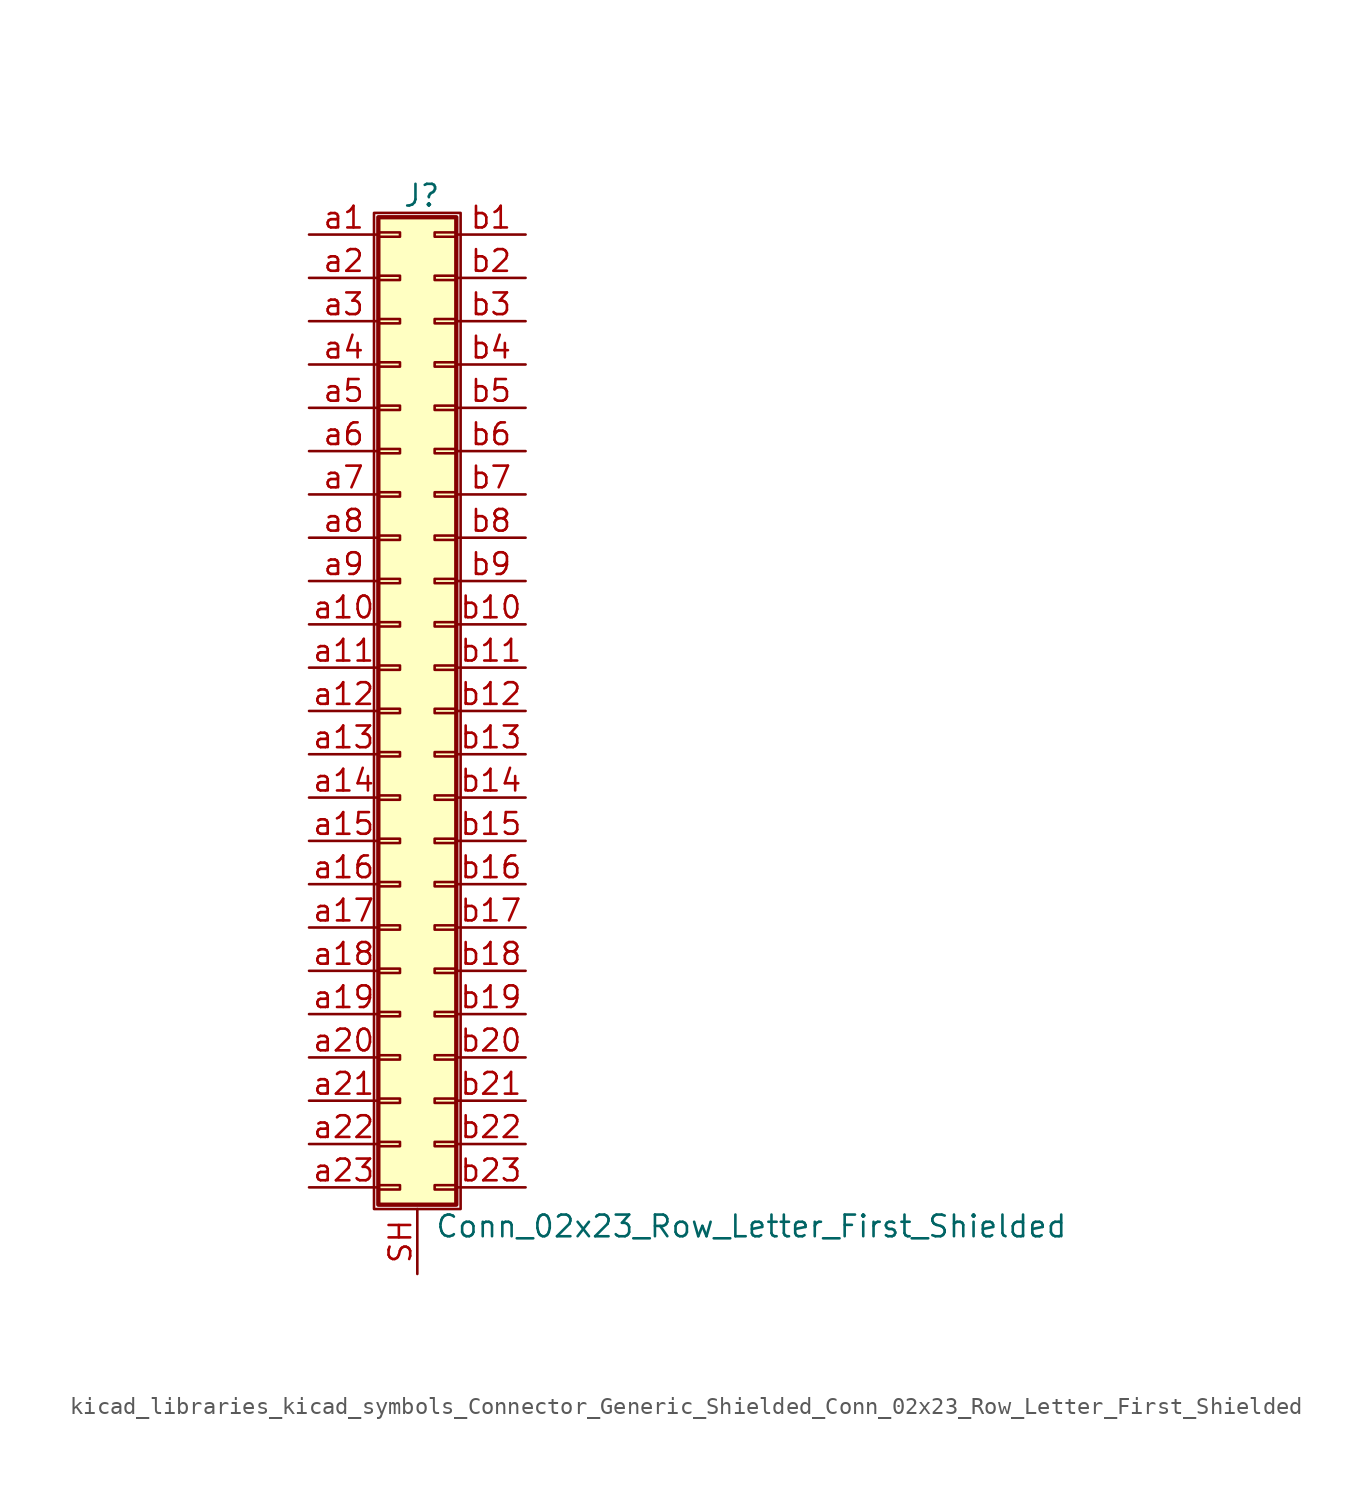
<source format=kicad_sym>
(kicad_symbol_lib
  (version 20220914)
  (generator kicad_symbol_editor)
  (symbol "kicad_libraries_kicad_symbols_Connector_Generic_Shielded_Conn_02x23_Row_Letter_First_Shielded"
    (pin_names
      (offset 1.016) hide)
    (property "Reference" "J"
      (at 1.524 30.226 0)
      (effects (font (size 1.27 1.27))))
    (property "Value" "Conn_02x23_Row_Letter_First_Shielded"
      (at 2.286 -30.226 0)
      (effects (font (size 1.27 1.27)) (justify left)))
    (symbol "kicad_libraries_kicad_symbols_Connector_Generic_Shielded_Conn_02x23_Row_Letter_First_Shielded_1_1"
      (rectangle (start -1.27 29.21) (end 3.81 -29.21) (stroke (width 0.152) (type default)) (fill (type none)))
      (rectangle (start -1.016 -27.813) (end 0.254 -28.067) (stroke (width 0.152) (type default)) (fill (type none)))
      (rectangle (start -1.016 -25.273) (end 0.254 -25.527) (stroke (width 0.152) (type default)) (fill (type none)))
      (rectangle (start -1.016 -22.733) (end 0.254 -22.987) (stroke (width 0.152) (type default)) (fill (type none)))
      (rectangle (start -1.016 -20.193) (end 0.254 -20.447) (stroke (width 0.152) (type default)) (fill (type none)))
      (rectangle (start -1.016 -17.653) (end 0.254 -17.907) (stroke (width 0.152) (type default)) (fill (type none)))
      (rectangle (start -1.016 -15.113) (end 0.254 -15.367) (stroke (width 0.152) (type default)) (fill (type none)))
      (rectangle (start -1.016 -12.573) (end 0.254 -12.827) (stroke (width 0.152) (type default)) (fill (type none)))
      (rectangle (start -1.016 -10.033) (end 0.254 -10.287) (stroke (width 0.152) (type default)) (fill (type none)))
      (rectangle (start -1.016 -7.493) (end 0.254 -7.747) (stroke (width 0.152) (type default)) (fill (type none)))
      (rectangle (start -1.016 -4.953) (end 0.254 -5.207) (stroke (width 0.152) (type default)) (fill (type none)))
      (rectangle (start -1.016 -2.413) (end 0.254 -2.667) (stroke (width 0.152) (type default)) (fill (type none)))
      (rectangle (start -1.016 0.127) (end 0.254 -0.127) (stroke (width 0.152) (type default)) (fill (type none)))
      (rectangle (start -1.016 2.667) (end 0.254 2.413) (stroke (width 0.152) (type default)) (fill (type none)))
      (rectangle (start -1.016 5.207) (end 0.254 4.953) (stroke (width 0.152) (type default)) (fill (type none)))
      (rectangle (start -1.016 7.747) (end 0.254 7.493) (stroke (width 0.152) (type default)) (fill (type none)))
      (rectangle (start -1.016 10.287) (end 0.254 10.033) (stroke (width 0.152) (type default)) (fill (type none)))
      (rectangle (start -1.016 12.827) (end 0.254 12.573) (stroke (width 0.152) (type default)) (fill (type none)))
      (rectangle (start -1.016 15.367) (end 0.254 15.113) (stroke (width 0.152) (type default)) (fill (type none)))
      (rectangle (start -1.016 17.907) (end 0.254 17.653) (stroke (width 0.152) (type default)) (fill (type none)))
      (rectangle (start -1.016 20.447) (end 0.254 20.193) (stroke (width 0.152) (type default)) (fill (type none)))
      (rectangle (start -1.016 22.987) (end 0.254 22.733) (stroke (width 0.152) (type default)) (fill (type none)))
      (rectangle (start -1.016 25.527) (end 0.254 25.273) (stroke (width 0.152) (type default)) (fill (type none)))
      (rectangle (start -1.016 28.067) (end 0.254 27.813) (stroke (width 0.152) (type default)) (fill (type none)))
      (rectangle (start -1.016 28.956) (end 3.556 -28.956) (stroke (width 0.254) (type default)) (fill (type background)))
      (rectangle (start 3.556 -27.813) (end 2.286 -28.067) (stroke (width 0.152) (type default)) (fill (type none)))
      (rectangle (start 3.556 -25.273) (end 2.286 -25.527) (stroke (width 0.152) (type default)) (fill (type none)))
      (rectangle (start 3.556 -22.733) (end 2.286 -22.987) (stroke (width 0.152) (type default)) (fill (type none)))
      (rectangle (start 3.556 -20.193) (end 2.286 -20.447) (stroke (width 0.152) (type default)) (fill (type none)))
      (rectangle (start 3.556 -17.653) (end 2.286 -17.907) (stroke (width 0.152) (type default)) (fill (type none)))
      (rectangle (start 3.556 -15.113) (end 2.286 -15.367) (stroke (width 0.152) (type default)) (fill (type none)))
      (rectangle (start 3.556 -12.573) (end 2.286 -12.827) (stroke (width 0.152) (type default)) (fill (type none)))
      (rectangle (start 3.556 -10.033) (end 2.286 -10.287) (stroke (width 0.152) (type default)) (fill (type none)))
      (rectangle (start 3.556 -7.493) (end 2.286 -7.747) (stroke (width 0.152) (type default)) (fill (type none)))
      (rectangle (start 3.556 -4.953) (end 2.286 -5.207) (stroke (width 0.152) (type default)) (fill (type none)))
      (rectangle (start 3.556 -2.413) (end 2.286 -2.667) (stroke (width 0.152) (type default)) (fill (type none)))
      (rectangle (start 3.556 0.127) (end 2.286 -0.127) (stroke (width 0.152) (type default)) (fill (type none)))
      (rectangle (start 3.556 2.667) (end 2.286 2.413) (stroke (width 0.152) (type default)) (fill (type none)))
      (rectangle (start 3.556 5.207) (end 2.286 4.953) (stroke (width 0.152) (type default)) (fill (type none)))
      (rectangle (start 3.556 7.747) (end 2.286 7.493) (stroke (width 0.152) (type default)) (fill (type none)))
      (rectangle (start 3.556 10.287) (end 2.286 10.033) (stroke (width 0.152) (type default)) (fill (type none)))
      (rectangle (start 3.556 12.827) (end 2.286 12.573) (stroke (width 0.152) (type default)) (fill (type none)))
      (rectangle (start 3.556 15.367) (end 2.286 15.113) (stroke (width 0.152) (type default)) (fill (type none)))
      (rectangle (start 3.556 17.907) (end 2.286 17.653) (stroke (width 0.152) (type default)) (fill (type none)))
      (rectangle (start 3.556 20.447) (end 2.286 20.193) (stroke (width 0.152) (type default)) (fill (type none)))
      (rectangle (start 3.556 22.987) (end 2.286 22.733) (stroke (width 0.152) (type default)) (fill (type none)))
      (rectangle (start 3.556 25.527) (end 2.286 25.273) (stroke (width 0.152) (type default)) (fill (type none)))
      (rectangle (start 3.556 28.067) (end 2.286 27.813) (stroke (width 0.152) (type default)) (fill (type none)))
      (pin passive line (at 1.27 -33.02 90) (length 3.81) (name "Shield" (effects (font (size 1.27 1.27)))) (number "SH" (effects (font (size 1.27 1.27)))))
      (pin passive line (at -5.08 27.94 0) (length 4.064) (name "Pin_a1" (effects (font (size 1.27 1.27)))) (number "a1" (effects (font (size 1.27 1.27)))))
      (pin passive line (at -5.08 5.08 0) (length 4.064) (name "Pin_a10" (effects (font (size 1.27 1.27)))) (number "a10" (effects (font (size 1.27 1.27)))))
      (pin passive line (at -5.08 2.54 0) (length 4.064) (name "Pin_a11" (effects (font (size 1.27 1.27)))) (number "a11" (effects (font (size 1.27 1.27)))))
      (pin passive line (at -5.08 0 0) (length 4.064) (name "Pin_a12" (effects (font (size 1.27 1.27)))) (number "a12" (effects (font (size 1.27 1.27)))))
      (pin passive line (at -5.08 -2.54 0) (length 4.064) (name "Pin_a13" (effects (font (size 1.27 1.27)))) (number "a13" (effects (font (size 1.27 1.27)))))
      (pin passive line (at -5.08 -5.08 0) (length 4.064) (name "Pin_a14" (effects (font (size 1.27 1.27)))) (number "a14" (effects (font (size 1.27 1.27)))))
      (pin passive line (at -5.08 -7.62 0) (length 4.064) (name "Pin_a15" (effects (font (size 1.27 1.27)))) (number "a15" (effects (font (size 1.27 1.27)))))
      (pin passive line (at -5.08 -10.16 0) (length 4.064) (name "Pin_a16" (effects (font (size 1.27 1.27)))) (number "a16" (effects (font (size 1.27 1.27)))))
      (pin passive line (at -5.08 -12.7 0) (length 4.064) (name "Pin_a17" (effects (font (size 1.27 1.27)))) (number "a17" (effects (font (size 1.27 1.27)))))
      (pin passive line (at -5.08 -15.24 0) (length 4.064) (name "Pin_a18" (effects (font (size 1.27 1.27)))) (number "a18" (effects (font (size 1.27 1.27)))))
      (pin passive line (at -5.08 -17.78 0) (length 4.064) (name "Pin_a19" (effects (font (size 1.27 1.27)))) (number "a19" (effects (font (size 1.27 1.27)))))
      (pin passive line (at -5.08 25.4 0) (length 4.064) (name "Pin_a2" (effects (font (size 1.27 1.27)))) (number "a2" (effects (font (size 1.27 1.27)))))
      (pin passive line (at -5.08 -20.32 0) (length 4.064) (name "Pin_a20" (effects (font (size 1.27 1.27)))) (number "a20" (effects (font (size 1.27 1.27)))))
      (pin passive line (at -5.08 -22.86 0) (length 4.064) (name "Pin_a21" (effects (font (size 1.27 1.27)))) (number "a21" (effects (font (size 1.27 1.27)))))
      (pin passive line (at -5.08 -25.4 0) (length 4.064) (name "Pin_a22" (effects (font (size 1.27 1.27)))) (number "a22" (effects (font (size 1.27 1.27)))))
      (pin passive line (at -5.08 -27.94 0) (length 4.064) (name "Pin_a23" (effects (font (size 1.27 1.27)))) (number "a23" (effects (font (size 1.27 1.27)))))
      (pin passive line (at -5.08 22.86 0) (length 4.064) (name "Pin_a3" (effects (font (size 1.27 1.27)))) (number "a3" (effects (font (size 1.27 1.27)))))
      (pin passive line (at -5.08 20.32 0) (length 4.064) (name "Pin_a4" (effects (font (size 1.27 1.27)))) (number "a4" (effects (font (size 1.27 1.27)))))
      (pin passive line (at -5.08 17.78 0) (length 4.064) (name "Pin_a5" (effects (font (size 1.27 1.27)))) (number "a5" (effects (font (size 1.27 1.27)))))
      (pin passive line (at -5.08 15.24 0) (length 4.064) (name "Pin_a6" (effects (font (size 1.27 1.27)))) (number "a6" (effects (font (size 1.27 1.27)))))
      (pin passive line (at -5.08 12.7 0) (length 4.064) (name "Pin_a7" (effects (font (size 1.27 1.27)))) (number "a7" (effects (font (size 1.27 1.27)))))
      (pin passive line (at -5.08 10.16 0) (length 4.064) (name "Pin_a8" (effects (font (size 1.27 1.27)))) (number "a8" (effects (font (size 1.27 1.27)))))
      (pin passive line (at -5.08 7.62 0) (length 4.064) (name "Pin_a9" (effects (font (size 1.27 1.27)))) (number "a9" (effects (font (size 1.27 1.27)))))
      (pin passive line (at 7.62 27.94 180) (length 4.064) (name "Pin_b1" (effects (font (size 1.27 1.27)))) (number "b1" (effects (font (size 1.27 1.27)))))
      (pin passive line (at 7.62 5.08 180) (length 4.064) (name "Pin_b10" (effects (font (size 1.27 1.27)))) (number "b10" (effects (font (size 1.27 1.27)))))
      (pin passive line (at 7.62 2.54 180) (length 4.064) (name "Pin_b11" (effects (font (size 1.27 1.27)))) (number "b11" (effects (font (size 1.27 1.27)))))
      (pin passive line (at 7.62 0 180) (length 4.064) (name "Pin_b12" (effects (font (size 1.27 1.27)))) (number "b12" (effects (font (size 1.27 1.27)))))
      (pin passive line (at 7.62 -2.54 180) (length 4.064) (name "Pin_b13" (effects (font (size 1.27 1.27)))) (number "b13" (effects (font (size 1.27 1.27)))))
      (pin passive line (at 7.62 -5.08 180) (length 4.064) (name "Pin_b14" (effects (font (size 1.27 1.27)))) (number "b14" (effects (font (size 1.27 1.27)))))
      (pin passive line (at 7.62 -7.62 180) (length 4.064) (name "Pin_b15" (effects (font (size 1.27 1.27)))) (number "b15" (effects (font (size 1.27 1.27)))))
      (pin passive line (at 7.62 -10.16 180) (length 4.064) (name "Pin_b16" (effects (font (size 1.27 1.27)))) (number "b16" (effects (font (size 1.27 1.27)))))
      (pin passive line (at 7.62 -12.7 180) (length 4.064) (name "Pin_b17" (effects (font (size 1.27 1.27)))) (number "b17" (effects (font (size 1.27 1.27)))))
      (pin passive line (at 7.62 -15.24 180) (length 4.064) (name "Pin_b18" (effects (font (size 1.27 1.27)))) (number "b18" (effects (font (size 1.27 1.27)))))
      (pin passive line (at 7.62 -17.78 180) (length 4.064) (name "Pin_b19" (effects (font (size 1.27 1.27)))) (number "b19" (effects (font (size 1.27 1.27)))))
      (pin passive line (at 7.62 25.4 180) (length 4.064) (name "Pin_b2" (effects (font (size 1.27 1.27)))) (number "b2" (effects (font (size 1.27 1.27)))))
      (pin passive line (at 7.62 -20.32 180) (length 4.064) (name "Pin_b20" (effects (font (size 1.27 1.27)))) (number "b20" (effects (font (size 1.27 1.27)))))
      (pin passive line (at 7.62 -22.86 180) (length 4.064) (name "Pin_b21" (effects (font (size 1.27 1.27)))) (number "b21" (effects (font (size 1.27 1.27)))))
      (pin passive line (at 7.62 -25.4 180) (length 4.064) (name "Pin_b22" (effects (font (size 1.27 1.27)))) (number "b22" (effects (font (size 1.27 1.27)))))
      (pin passive line (at 7.62 -27.94 180) (length 4.064) (name "Pin_b23" (effects (font (size 1.27 1.27)))) (number "b23" (effects (font (size 1.27 1.27)))))
      (pin passive line (at 7.62 22.86 180) (length 4.064) (name "Pin_b3" (effects (font (size 1.27 1.27)))) (number "b3" (effects (font (size 1.27 1.27)))))
      (pin passive line (at 7.62 20.32 180) (length 4.064) (name "Pin_b4" (effects (font (size 1.27 1.27)))) (number "b4" (effects (font (size 1.27 1.27)))))
      (pin passive line (at 7.62 17.78 180) (length 4.064) (name "Pin_b5" (effects (font (size 1.27 1.27)))) (number "b5" (effects (font (size 1.27 1.27)))))
      (pin passive line (at 7.62 15.24 180) (length 4.064) (name "Pin_b6" (effects (font (size 1.27 1.27)))) (number "b6" (effects (font (size 1.27 1.27)))))
      (pin passive line (at 7.62 12.7 180) (length 4.064) (name "Pin_b7" (effects (font (size 1.27 1.27)))) (number "b7" (effects (font (size 1.27 1.27)))))
      (pin passive line (at 7.62 10.16 180) (length 4.064) (name "Pin_b8" (effects (font (size 1.27 1.27)))) (number "b8" (effects (font (size 1.27 1.27)))))
      (pin passive line (at 7.62 7.62 180) (length 4.064) (name "Pin_b9" (effects (font (size 1.27 1.27)))) (number "b9" (effects (font (size 1.27 1.27))))))))
</source>
